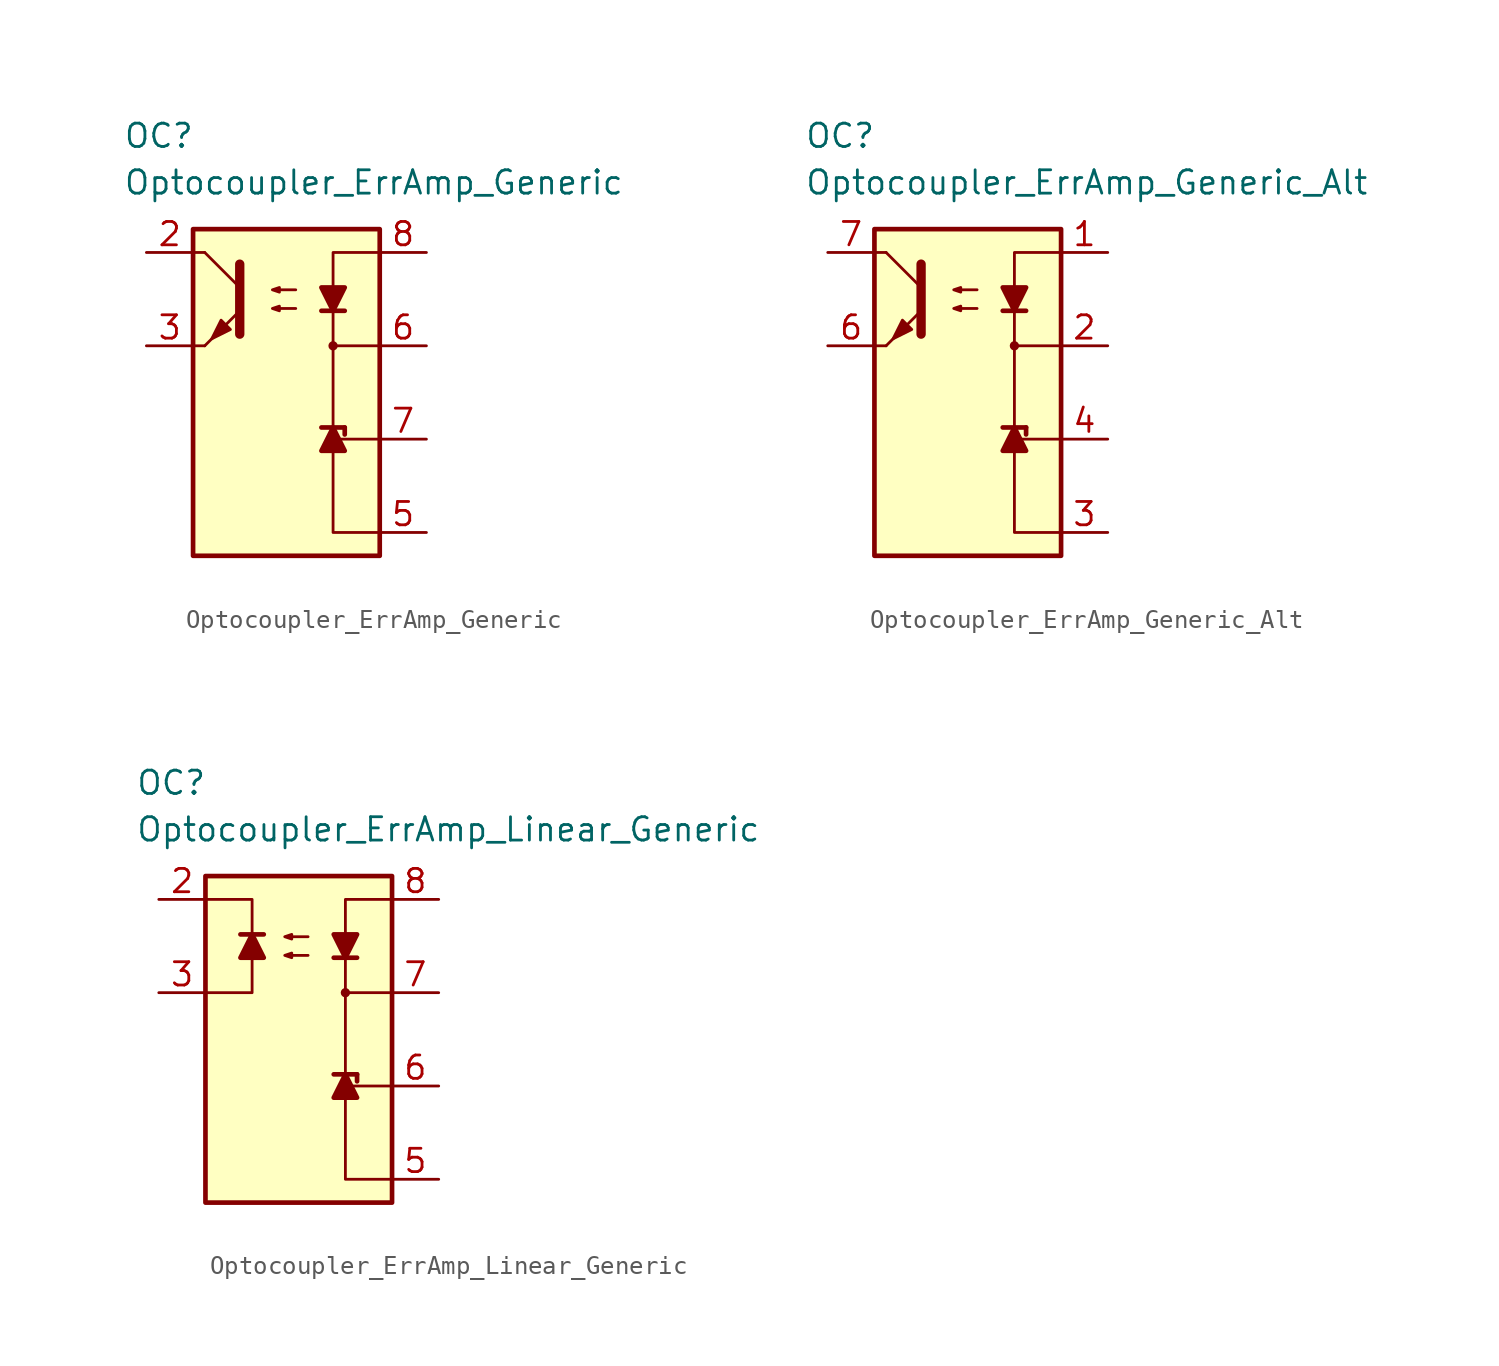
<source format=kicad_sym>
(kicad_symbol_lib
  (version 20231120)
  (generator "kicad_symbol_editor")
  (generator_version "8.0")
  (symbol "Optocoupler_ErrAmp_Generic"
    (pin_names
      (offset 1.016))
    (property "Reference" "OC"
      (at -8.89 11.43 0)
      (effects (font (size 1.27 1.27)) (justify left)))
    (property "Value" "Optocoupler_ErrAmp_Generic"
      (at -8.89 8.89 0)
      (effects (font (size 1.27 1.27)) (justify left)))
    (symbol "Optocoupler_ErrAmp_Generic_0_0"
      (rectangle (start -5.08 6.35) (end 5.08 -11.43) (stroke (width 0.254) (type default)) (fill (type background)))
      (polyline (pts (xy 2.54 -5.588) (xy 2.54 0)) (stroke (width 0) (type default)) (fill (type none)))
      (polyline (pts (xy 3.175 -4.445) (xy 3.175 -4.826)) (stroke (width 0.254) (type default)) (fill (type none)))
      (polyline (pts (xy 5.08 -5.08) (xy 2.54 -5.08)) (stroke (width 0) (type default)) (fill (type none)))
      (polyline (pts (xy 5.08 -10.16) (xy 2.54 -10.16) (xy 2.54 -5.08)) (stroke (width 0) (type default)) (fill (type none)))
      (circle (center 2.54 0) (radius 0.178) (stroke (width 0) (type default)) (fill (type outline))))
    (symbol "Optocoupler_ErrAmp_Generic_0_1"
      (polyline (pts (xy -4.445 0) (xy -5.08 0)) (stroke (width 0) (type default)) (fill (type none)))
      (polyline (pts (xy -4.445 0) (xy -2.54 1.905)) (stroke (width 0) (type default)) (fill (type outline)))
      (polyline (pts (xy -4.445 5.08) (xy -5.08 5.08)) (stroke (width 0) (type default)) (fill (type none)))
      (polyline (pts (xy -2.54 3.175) (xy -4.445 5.08)) (stroke (width 0) (type default)) (fill (type none)))
      (polyline (pts (xy 3.175 1.905) (xy 1.905 1.905)) (stroke (width 0.254) (type default)) (fill (type none)))
      (polyline (pts (xy -2.54 4.445) (xy -2.54 0.635) (xy -2.54 0.635)) (stroke (width 0.508) (type default)) (fill (type none)))
      (polyline (pts (xy 2.54 1.905) (xy 2.54 0) (xy 5.08 0)) (stroke (width 0) (type default)) (fill (type none)))
      (polyline (pts (xy 5.08 5.08) (xy 2.54 5.08) (xy 2.54 1.905)) (stroke (width 0) (type default)) (fill (type none)))
      (polyline (pts (xy 2.54 1.905) (xy 3.175 3.175) (xy 1.905 3.175) (xy 2.54 1.905)) (stroke (width 0.254) (type default)) (fill (type outline)))
      (polyline (pts (xy -3.048 0.889) (xy -3.556 1.397) (xy -4.064 0.381) (xy -3.048 0.889) (xy -3.048 0.889)) (stroke (width 0) (type default)) (fill (type outline)))
      (polyline (pts (xy 0.508 2.032) (xy -0.762 2.032) (xy -0.381 1.905) (xy -0.381 2.159) (xy -0.762 2.032)) (stroke (width 0) (type default)) (fill (type none)))
      (polyline (pts (xy 0.508 3.048) (xy -0.762 3.048) (xy -0.381 2.921) (xy -0.381 3.175) (xy -0.762 3.048)) (stroke (width 0) (type default)) (fill (type none))))
    (symbol "Optocoupler_ErrAmp_Generic_1_1"
      (polyline (pts (xy 1.905 -4.445) (xy 3.175 -4.445)) (stroke (width 0.254) (type default)) (fill (type none)))
      (polyline (pts (xy 2.54 -4.445) (xy 1.905 -5.715) (xy 3.175 -5.715) (xy 2.54 -4.445)) (stroke (width 0.254) (type default)) (fill (type outline)))
      (pin free line (at -1.27 -3.81 0) (length 2.54) hide (name "NC" (effects (font (size 1.27 1.27)))) (number "1" (effects (font (size 1.27 1.27)))))
      (pin passive line (at -7.62 5.08 0) (length 2.54) (name "~" (effects (font (size 1.27 1.27)))) (number "2" (effects (font (size 1.27 1.27)))))
      (pin passive line (at -7.62 0 0) (length 2.54) (name "~" (effects (font (size 1.27 1.27)))) (number "3" (effects (font (size 1.27 1.27)))))
      (pin free line (at -1.27 -6.35 0) (length 2.54) hide (name "NC" (effects (font (size 1.27 1.27)))) (number "4" (effects (font (size 1.27 1.27)))))
      (pin passive line (at 7.62 -10.16 180) (length 2.54) (name "~" (effects (font (size 1.27 1.27)))) (number "5" (effects (font (size 1.27 1.27)))))
      (pin passive line (at 7.62 0 180) (length 2.54) (name "~" (effects (font (size 1.27 1.27)))) (number "6" (effects (font (size 1.27 1.27)))))
      (pin passive line (at 7.62 -5.08 180) (length 2.54) (name "~" (effects (font (size 1.27 1.27)))) (number "7" (effects (font (size 1.27 1.27)))))
      (pin passive line (at 7.62 5.08 180) (length 2.54) (name "~" (effects (font (size 1.27 1.27)))) (number "8" (effects (font (size 1.27 1.27)))))))
  (symbol "Optocoupler_ErrAmp_Generic_Alt"
    (pin_names
      (offset 1.016))
    (property "Reference" "OC"
      (at -8.89 11.43 0)
      (effects (font (size 1.27 1.27)) (justify left)))
    (property "Value" "Optocoupler_ErrAmp_Generic_Alt"
      (at -8.89 8.89 0)
      (effects (font (size 1.27 1.27)) (justify left)))
    (symbol "Optocoupler_ErrAmp_Generic_Alt_0_0"
      (rectangle (start -5.08 6.35) (end 5.08 -11.43) (stroke (width 0.254) (type default)) (fill (type background)))
      (polyline (pts (xy 2.54 -5.588) (xy 2.54 0)) (stroke (width 0) (type default)) (fill (type none)))
      (polyline (pts (xy 3.175 -4.445) (xy 3.175 -4.826)) (stroke (width 0.254) (type default)) (fill (type none)))
      (polyline (pts (xy 5.08 -5.08) (xy 2.54 -5.08)) (stroke (width 0) (type default)) (fill (type none)))
      (polyline (pts (xy 5.08 -10.16) (xy 2.54 -10.16) (xy 2.54 -5.08)) (stroke (width 0) (type default)) (fill (type none)))
      (circle (center 2.54 0) (radius 0.178) (stroke (width 0) (type default)) (fill (type outline))))
    (symbol "Optocoupler_ErrAmp_Generic_Alt_0_1"
      (polyline (pts (xy -4.445 0) (xy -5.08 0)) (stroke (width 0) (type default)) (fill (type none)))
      (polyline (pts (xy -4.445 0) (xy -2.54 1.905)) (stroke (width 0) (type default)) (fill (type outline)))
      (polyline (pts (xy -4.445 5.08) (xy -5.08 5.08)) (stroke (width 0) (type default)) (fill (type none)))
      (polyline (pts (xy -2.54 3.175) (xy -4.445 5.08)) (stroke (width 0) (type default)) (fill (type none)))
      (polyline (pts (xy 3.175 1.905) (xy 1.905 1.905)) (stroke (width 0.254) (type default)) (fill (type none)))
      (polyline (pts (xy -2.54 4.445) (xy -2.54 0.635) (xy -2.54 0.635)) (stroke (width 0.508) (type default)) (fill (type none)))
      (polyline (pts (xy 2.54 1.905) (xy 2.54 0) (xy 5.08 0)) (stroke (width 0) (type default)) (fill (type none)))
      (polyline (pts (xy 5.08 5.08) (xy 2.54 5.08) (xy 2.54 1.905)) (stroke (width 0) (type default)) (fill (type none)))
      (polyline (pts (xy 2.54 1.905) (xy 3.175 3.175) (xy 1.905 3.175) (xy 2.54 1.905)) (stroke (width 0.254) (type default)) (fill (type outline)))
      (polyline (pts (xy -3.048 0.889) (xy -3.556 1.397) (xy -4.064 0.381) (xy -3.048 0.889) (xy -3.048 0.889)) (stroke (width 0) (type default)) (fill (type outline)))
      (polyline (pts (xy 0.508 2.032) (xy -0.762 2.032) (xy -0.381 1.905) (xy -0.381 2.159) (xy -0.762 2.032)) (stroke (width 0) (type default)) (fill (type none)))
      (polyline (pts (xy 0.508 3.048) (xy -0.762 3.048) (xy -0.381 2.921) (xy -0.381 3.175) (xy -0.762 3.048)) (stroke (width 0) (type default)) (fill (type none))))
    (symbol "Optocoupler_ErrAmp_Generic_Alt_1_1"
      (polyline (pts (xy 1.905 -4.445) (xy 3.175 -4.445)) (stroke (width 0.254) (type default)) (fill (type none)))
      (polyline (pts (xy 2.54 -4.445) (xy 1.905 -5.715) (xy 3.175 -5.715) (xy 2.54 -4.445)) (stroke (width 0.254) (type default)) (fill (type outline)))
      (pin passive line (at 7.62 5.08 180) (length 2.54) (name "~" (effects (font (size 1.27 1.27)))) (number "1" (effects (font (size 1.27 1.27)))))
      (pin passive line (at 7.62 0 180) (length 2.54) (name "~" (effects (font (size 1.27 1.27)))) (number "2" (effects (font (size 1.27 1.27)))))
      (pin passive line (at 7.62 -10.16 180) (length 2.54) (name "~" (effects (font (size 1.27 1.27)))) (number "3" (effects (font (size 1.27 1.27)))))
      (pin passive line (at 7.62 -5.08 180) (length 2.54) (name "~" (effects (font (size 1.27 1.27)))) (number "4" (effects (font (size 1.27 1.27)))))
      (pin free line (at -2.54 -3.81 0) (length 2.54) hide (name "NC" (effects (font (size 1.27 1.27)))) (number "5" (effects (font (size 1.27 1.27)))))
      (pin passive line (at -7.62 0 0) (length 2.54) (name "~" (effects (font (size 1.27 1.27)))) (number "6" (effects (font (size 1.27 1.27)))))
      (pin passive line (at -7.62 5.08 0) (length 2.54) (name "~" (effects (font (size 1.27 1.27)))) (number "7" (effects (font (size 1.27 1.27)))))
      (pin free line (at -2.54 -6.35 0) (length 2.54) hide (name "NC" (effects (font (size 1.27 1.27)))) (number "8" (effects (font (size 1.27 1.27)))))))
  (symbol "Optocoupler_ErrAmp_Linear_Generic"
    (pin_names
      (offset 1.016))
    (property "Reference" "OC"
      (at -8.89 11.43 0)
      (effects (font (size 1.27 1.27)) (justify left)))
    (property "Value" "Optocoupler_ErrAmp_Linear_Generic"
      (at -8.89 8.89 0)
      (effects (font (size 1.27 1.27)) (justify left)))
    (symbol "Optocoupler_ErrAmp_Linear_Generic_0_0"
      (rectangle (start -5.08 6.35) (end 5.08 -11.43) (stroke (width 0.254) (type default)) (fill (type background)))
      (polyline (pts (xy 2.54 -5.588) (xy 2.54 0)) (stroke (width 0) (type default)) (fill (type none)))
      (polyline (pts (xy 3.175 -4.445) (xy 3.175 -4.826)) (stroke (width 0.254) (type default)) (fill (type none)))
      (polyline (pts (xy 5.08 -5.08) (xy 2.54 -5.08)) (stroke (width 0) (type default)) (fill (type none)))
      (polyline (pts (xy 5.08 -10.16) (xy 2.54 -10.16) (xy 2.54 -5.08)) (stroke (width 0) (type default)) (fill (type none)))
      (circle (center 2.54 0) (radius 0.178) (stroke (width 0) (type default)) (fill (type outline))))
    (symbol "Optocoupler_ErrAmp_Linear_Generic_0_1"
      (polyline (pts (xy 3.175 1.905) (xy 1.905 1.905)) (stroke (width 0.254) (type default)) (fill (type none)))
      (polyline (pts (xy 2.54 1.905) (xy 2.54 0) (xy 5.08 0)) (stroke (width 0) (type default)) (fill (type none)))
      (polyline (pts (xy 5.08 5.08) (xy 2.54 5.08) (xy 2.54 1.905)) (stroke (width 0) (type default)) (fill (type none)))
      (polyline (pts (xy 2.54 1.905) (xy 3.175 3.175) (xy 1.905 3.175) (xy 2.54 1.905)) (stroke (width 0.254) (type default)) (fill (type outline)))
      (polyline (pts (xy 0.508 2.032) (xy -0.762 2.032) (xy -0.381 1.905) (xy -0.381 2.159) (xy -0.762 2.032)) (stroke (width 0) (type default)) (fill (type none)))
      (polyline (pts (xy 0.508 3.048) (xy -0.762 3.048) (xy -0.381 2.921) (xy -0.381 3.175) (xy -0.762 3.048)) (stroke (width 0) (type default)) (fill (type none))))
    (symbol "Optocoupler_ErrAmp_Linear_Generic_1_1"
      (polyline (pts (xy -3.175 3.175) (xy -1.905 3.175)) (stroke (width 0.254) (type default)) (fill (type none)))
      (polyline (pts (xy 1.905 -4.445) (xy 3.175 -4.445)) (stroke (width 0.254) (type default)) (fill (type none)))
      (polyline (pts (xy -5.08 0) (xy -2.54 0) (xy -2.54 3.175)) (stroke (width 0) (type default)) (fill (type none)))
      (polyline (pts (xy -2.54 3.175) (xy -2.54 5.08) (xy -5.08 5.08)) (stroke (width 0) (type default)) (fill (type none)))
      (polyline (pts (xy -2.54 3.175) (xy -3.175 1.905) (xy -1.905 1.905) (xy -2.54 3.175)) (stroke (width 0.254) (type default)) (fill (type outline)))
      (polyline (pts (xy 2.54 -4.445) (xy 1.905 -5.715) (xy 3.175 -5.715) (xy 2.54 -4.445)) (stroke (width 0.254) (type default)) (fill (type outline)))
      (pin free line (at -3.81 -3.81 0) (length 2.54) hide (name "NC" (effects (font (size 1.27 1.27)))) (number "1" (effects (font (size 1.27 1.27)))))
      (pin passive line (at -7.62 5.08 0) (length 2.54) (name "~" (effects (font (size 1.27 1.27)))) (number "2" (effects (font (size 1.27 1.27)))))
      (pin passive line (at -7.62 0 0) (length 2.54) (name "~" (effects (font (size 1.27 1.27)))) (number "3" (effects (font (size 1.27 1.27)))))
      (pin free line (at -3.81 -6.35 0) (length 2.54) hide (name "NC" (effects (font (size 1.27 1.27)))) (number "4" (effects (font (size 1.27 1.27)))))
      (pin passive line (at 7.62 -10.16 180) (length 2.54) (name "~" (effects (font (size 1.27 1.27)))) (number "5" (effects (font (size 1.27 1.27)))))
      (pin passive line (at 7.62 -5.08 180) (length 2.54) (name "~" (effects (font (size 1.27 1.27)))) (number "6" (effects (font (size 1.27 1.27)))))
      (pin passive line (at 7.62 0 180) (length 2.54) (name "~" (effects (font (size 1.27 1.27)))) (number "7" (effects (font (size 1.27 1.27)))))
      (pin passive line (at 7.62 5.08 180) (length 2.54) (name "~" (effects (font (size 1.27 1.27)))) (number "8" (effects (font (size 1.27 1.27))))))))
</source>
